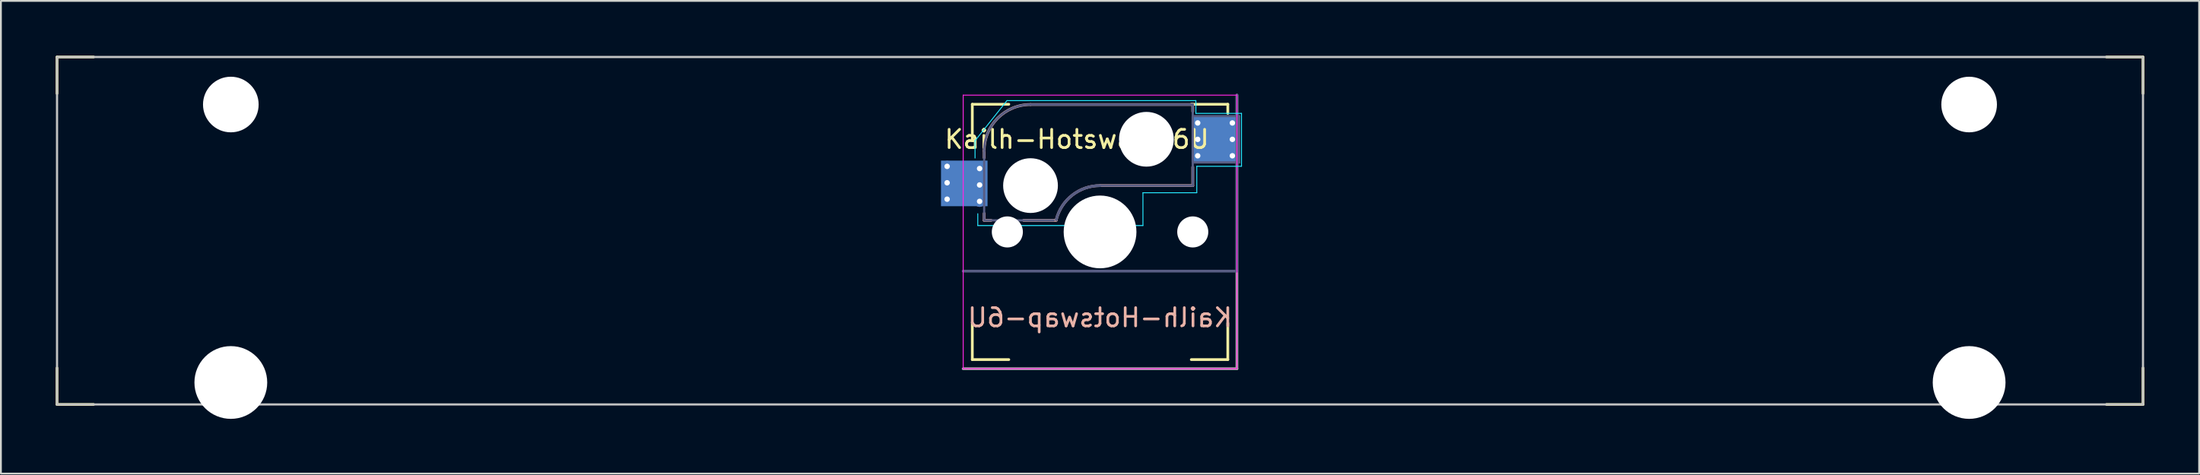
<source format=kicad_pcb>
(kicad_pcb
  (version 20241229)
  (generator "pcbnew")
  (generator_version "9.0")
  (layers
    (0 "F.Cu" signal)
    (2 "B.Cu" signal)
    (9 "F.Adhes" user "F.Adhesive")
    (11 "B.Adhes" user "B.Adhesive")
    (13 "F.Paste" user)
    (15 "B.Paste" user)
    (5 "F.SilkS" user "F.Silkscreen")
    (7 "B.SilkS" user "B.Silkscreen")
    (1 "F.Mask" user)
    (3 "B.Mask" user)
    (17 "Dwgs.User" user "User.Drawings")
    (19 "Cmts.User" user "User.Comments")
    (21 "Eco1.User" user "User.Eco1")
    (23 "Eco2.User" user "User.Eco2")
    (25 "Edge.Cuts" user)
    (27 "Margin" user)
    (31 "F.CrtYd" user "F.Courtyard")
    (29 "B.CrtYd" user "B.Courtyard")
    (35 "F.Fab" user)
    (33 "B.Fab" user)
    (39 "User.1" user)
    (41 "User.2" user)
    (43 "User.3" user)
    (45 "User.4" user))
  (footprint "Kailh-Hotswap-6U"
    (layer "F.Cu")
    (at 57.225 9.6)
    (property "Reference" "Kailh-Hotswap-6U" (at 0 4.763 0) (unlocked yes) (layer "B.SilkS") (effects (font (size 1 1) (thickness 0.15)) (justify mirror)))
    (attr smd)
    (fp_line (start -57.15 -9.525) (end -55.15 -9.525) (stroke (width 0.15) (type solid)) (layer "F.SilkS"))
    (fp_line (start -57.15 -7.525) (end -57.15 -9.525) (stroke (width 0.15) (type solid)) (layer "F.SilkS"))
    (fp_line (start -57.15 9.525) (end -57.15 7.525) (stroke (width 0.15) (type solid)) (layer "F.SilkS"))
    (fp_line (start -55.15 9.525) (end -57.15 9.525) (stroke (width 0.15) (type solid)) (layer "F.SilkS"))
    (fp_line (start -6.998 -6.934) (end -4.998 -6.934) (stroke (width 0.15) (type solid)) (layer "F.SilkS"))
    (fp_line (start -6.998 -4.934) (end -6.998 -6.934) (stroke (width 0.15) (type solid)) (layer "F.SilkS"))
    (fp_line (start -6.998 7.066) (end -6.998 5.066) (stroke (width 0.15) (type solid)) (layer "F.SilkS"))
    (fp_line (start -4.998 7.066) (end -6.998 7.066) (stroke (width 0.15) (type solid)) (layer "F.SilkS"))
    (fp_line (start 5.002 -6.934) (end 7.002 -6.934) (stroke (width 0.15) (type solid)) (layer "F.SilkS"))
    (fp_line (start 5.002 7.066) (end 7.002 7.066) (stroke (width 0.15) (type solid)) (layer "F.SilkS"))
    (fp_line (start 7.002 -6.934) (end 7.002 -6.434) (stroke (width 0.15) (type solid)) (layer "F.SilkS"))
    (fp_line (start 7.002 7.066) (end 7.002 5.066) (stroke (width 0.15) (type solid)) (layer "F.SilkS"))
    (fp_line (start 55.15 -9.525) (end 57.15 -9.525) (stroke (width 0.15) (type solid)) (layer "F.SilkS"))
    (fp_line (start 57.15 -9.525) (end 57.15 -7.525) (stroke (width 0.15) (type solid)) (layer "F.SilkS"))
    (fp_line (start 57.15 7.525) (end 57.15 9.525) (stroke (width 0.15) (type solid)) (layer "F.SilkS"))
    (fp_line (start 57.15 9.525) (end 55.15 9.525) (stroke (width 0.15) (type solid)) (layer "F.SilkS"))
    (fp_line (start -6.348 -4.379) (end -6.348 -3.998) (stroke (width 0.15) (type solid)) (layer "B.SilkS"))
    (fp_line (start -6.348 -0.95) (end -6.348 -0.569) (stroke (width 0.15) (type solid)) (layer "B.SilkS"))
    (fp_line (start -6.348 -0.569) (end -5.967 -0.569) (stroke (width 0.15) (type solid)) (layer "B.SilkS"))
    (fp_line (start -4.189 -0.569) (end -2.398 -0.569) (stroke (width 0.15) (type solid)) (layer "B.SilkS"))
    (fp_line (start 0.002 -2.474) (end 5.082 -2.474) (stroke (width 0.15) (type solid)) (layer "B.SilkS"))
    (fp_line (start 5.082 -6.919) (end -3.808 -6.919) (stroke (width 0.15) (type solid)) (layer "B.SilkS"))
    (fp_line (start 5.082 -6.538) (end 5.082 -6.919) (stroke (width 0.15) (type solid)) (layer "B.SilkS"))
    (fp_line (start 5.082 -2.474) (end 5.082 -3.49) (stroke (width 0.15) (type solid)) (layer "B.SilkS"))
    (fp_arc (start -6.348435 -4.378861) (mid -5.604486 -6.174913) (end -3.808435 -6.918861) (stroke (width 0.15) (type solid)) (layer "B.SilkS"))
    (fp_arc (start -2.398433 -0.599998) (mid -1.520263 -1.950392) (end 0.00313 -2.473861) (stroke (width 0.15) (type solid)) (layer "B.SilkS"))
    (fp_line (start -57.15 -9.525) (end -57.15 9.525) (stroke (width 0.12) (type solid)) (layer "Dwgs.User"))
    (fp_line (start -57.15 9.525) (end 57.15 9.525) (stroke (width 0.12) (type solid)) (layer "Dwgs.User"))
    (fp_line (start 57.15 -9.525) (end -57.15 -9.525) (stroke (width 0.12) (type solid)) (layer "Dwgs.User"))
    (fp_line (start 57.15 9.525) (end 57.15 -9.525) (stroke (width 0.12) (type solid)) (layer "Dwgs.User"))
    (fp_line (start -6.848 -3.984) (end -6.848 -4.934) (stroke (width 0.05) (type solid)) (layer "B.CrtYd"))
    (fp_line (start -6.698 -0.284) (end -6.698 -0.934) (stroke (width 0.05) (type solid)) (layer "B.CrtYd"))
    (fp_line (start -6.698 -0.284) (end 2.352 -0.284) (stroke (width 0.05) (type solid)) (layer "B.CrtYd"))
    (fp_line (start -5.098 -7.134) (end -6.848 -4.934) (stroke (width 0.05) (type solid)) (layer "B.CrtYd"))
    (fp_line (start -5.098 -7.134) (end 5.252 -7.134) (stroke (width 0.05) (type solid)) (layer "B.CrtYd"))
    (fp_line (start 2.352 -2.084) (end 2.352 -0.284) (stroke (width 0.05) (type solid)) (layer "B.CrtYd"))
    (fp_line (start 2.352 -2.084) (end 5.302 -2.084) (stroke (width 0.05) (type solid)) (layer "B.CrtYd"))
    (fp_line (start 5.252 -7.134) (end 5.252 -6.434) (stroke (width 0.05) (type solid)) (layer "B.CrtYd"))
    (fp_line (start 5.302 -2.084) (end 5.302 -3.534) (stroke (width 0.05) (type solid)) (layer "B.CrtYd"))
    (fp_line (start 7.752 -6.434) (end 5.252 -6.434) (stroke (width 0.05) (type solid)) (layer "B.CrtYd"))
    (fp_line (start 7.752 -6.434) (end 7.752 -3.534) (stroke (width 0.05) (type solid)) (layer "B.CrtYd"))
    (fp_line (start 7.752 -3.534) (end 5.302 -3.534) (stroke (width 0.05) (type solid)) (layer "B.CrtYd"))
    (fp_line (start -7.498 -7.434) (end 7.502 -7.434) (stroke (width 0.05) (type solid)) (layer "F.CrtYd"))
    (fp_line (start -7.498 7.566) (end -7.498 -7.434) (stroke (width 0.05) (type solid)) (layer "F.CrtYd"))
    (fp_line (start -7.498 7.566) (end 7.502 7.566) (stroke (width 0.05) (type solid)) (layer "F.CrtYd"))
    (fp_line (start 7.502 -7.434) (end 7.502 7.566) (stroke (width 0.05) (type solid)) (layer "F.CrtYd"))
    (fp_line (start -7.498 2.216) (end 7.502 2.216) (stroke (width 0.15) (type solid)) (layer "B.Fab"))
    (fp_line (start -6.348 -0.569) (end -6.348 -4.379) (stroke (width 0.12) (type solid)) (layer "B.Fab"))
    (fp_line (start -3.808 -6.919) (end 5.082 -6.919) (stroke (width 0.12) (type solid)) (layer "B.Fab"))
    (fp_line (start -2.538 -0.569) (end -6.348 -0.569) (stroke (width 0.12) (type solid)) (layer "B.Fab"))
    (fp_line (start 5.082 -6.919) (end 5.082 -2.474) (stroke (width 0.12) (type solid)) (layer "B.Fab"))
    (fp_line (start 5.082 -6.284) (end 7.622 -6.284) (stroke (width 0.12) (type solid)) (layer "B.Fab"))
    (fp_line (start 5.082 -2.474) (end 0.002 -2.474) (stroke (width 0.12) (type solid)) (layer "B.Fab"))
    (fp_line (start 7.502 2.216) (end 7.502 -7.434) (stroke (width 0.15) (type solid)) (layer "B.Fab"))
    (fp_line (start 7.622 -6.284) (end 7.622 -3.744) (stroke (width 0.12) (type solid)) (layer "B.Fab"))
    (fp_line (start 7.622 -3.744) (end 5.082 -3.744) (stroke (width 0.12) (type solid)) (layer "B.Fab"))
    (fp_arc (start -6.348435 -4.378861) (mid -5.604486 -6.174913) (end -3.808435 -6.918861) (stroke (width 0.12) (type solid)) (layer "B.Fab"))
    (fp_arc (start -2.399998 -0.599998) (mid -1.521828 -1.950392) (end 0.001565 -2.473861) (stroke (width 0.15) (type solid)) (layer "B.Fab"))
    (fp_line (start -7.498 7.566) (end 7.502 7.566) (stroke (width 0.15) (type solid)) (layer "F.Fab"))
    (fp_line (start 7.502 7.566) (end 7.502 -7.434) (stroke (width 0.15) (type solid)) (layer "F.Fab"))
    (fp_text user "${REFERENCE}" (at -1.268 -5.014 180) (layer "F.SilkS") (effects (font (size 1 1) (thickness 0.15))))
    (pad "" np_thru_hole circle (at -47.627 -6.919) (size 3.048 3.048) (drill 3.048) (layers "*.Cu" "*.Mask"))
    (pad "" np_thru_hole circle (at -47.627 8.321) (size 3.988 3.988) (drill 3.988) (layers "*.Cu" "*.Mask"))
    (pad "" np_thru_hole circle (at -5.078 0.066 180) (size 1.702 1.702) (drill 1.702) (layers "*.Cu" "*.Mask"))
    (pad "" np_thru_hole circle (at -3.808 -2.474 180) (size 3 3) (drill 3) (layers "*.Cu" "*.Mask"))
    (pad "" np_thru_hole circle (at 0.002 0.066 90) (size 3.988 3.988) (drill 3.988) (layers "*.Cu" "*.Mask"))
    (pad "" np_thru_hole circle (at 2.542 -5.014 180) (size 3 3) (drill 3) (layers "*.Cu" "*.Mask"))
    (pad "" np_thru_hole circle (at 5.082 0.066 180) (size 1.702 1.702) (drill 1.702) (layers "*.Cu" "*.Mask"))
    (pad "" np_thru_hole circle (at 47.623 -6.919) (size 3.048 3.048) (drill 3.048) (layers "*.Cu" "*.Mask"))
    (pad "" np_thru_hole circle (at 47.623 8.321) (size 3.988 3.988) (drill 3.988) (layers "*.Cu" "*.Mask"))
    (pad "1" thru_hole circle (at 5.352 -5.909 180) (size 0.6 0.6) (drill 0.3) (layers "*.Cu" "B.Mask"))
    (pad "1" thru_hole circle (at 5.352 -5.009 180) (size 0.6 0.6) (drill 0.3) (layers "*.Cu" "B.Mask"))
    (pad "1" thru_hole circle (at 5.352 -4.109 180) (size 0.6 0.6) (drill 0.3) (layers "*.Cu" "B.Mask"))
    (pad "1" smd rect (at 6.292 -5.014 180) (size 2.55 2.5) (layers "B.Cu" "B.Mask" "B.Paste"))
    (pad "1" thru_hole circle (at 7.252 -5.909 180) (size 0.6 0.6) (drill 0.3) (layers "*.Cu" "B.Mask"))
    (pad "1" thru_hole circle (at 7.252 -5.009 180) (size 0.6 0.6) (drill 0.3) (layers "*.Cu" "B.Mask"))
    (pad "1" thru_hole circle (at 7.252 -4.109 180) (size 0.6 0.6) (drill 0.3) (layers "*.Cu" "B.Mask"))
    (pad "2" thru_hole circle (at -8.378 -3.529 180) (size 0.6 0.6) (drill 0.3) (layers "*.Cu" "B.Mask"))
    (pad "2" thru_hole circle (at -8.378 -2.629 180) (size 0.6 0.6) (drill 0.3) (layers "*.Cu" "B.Mask"))
    (pad "2" thru_hole circle (at -8.378 -1.729 180) (size 0.6 0.6) (drill 0.3) (layers "*.Cu" "B.Mask"))
    (pad "2" smd rect (at -7.438 -2.594 180) (size 2.55 2.5) (layers "B.Cu" "B.Mask" "B.Paste"))
    (pad "2" thru_hole circle (at -6.598 -3.409 180) (size 0.6 0.6) (drill 0.3) (layers "*.Cu" "B.Mask"))
    (pad "2" thru_hole circle (at -6.598 -2.509 180) (size 0.6 0.6) (drill 0.3) (layers "*.Cu" "B.Mask"))
    (pad "2" thru_hole circle (at -6.598 -1.609 180) (size 0.6 0.6) (drill 0.3) (layers "*.Cu" "B.Mask")))
  (gr_rect
    (start -3 -3)
    (end 117.45 22.915)
    (stroke (width 0.1) (type default))
    (fill no)
    (layer "Edge.Cuts")))
</source>
